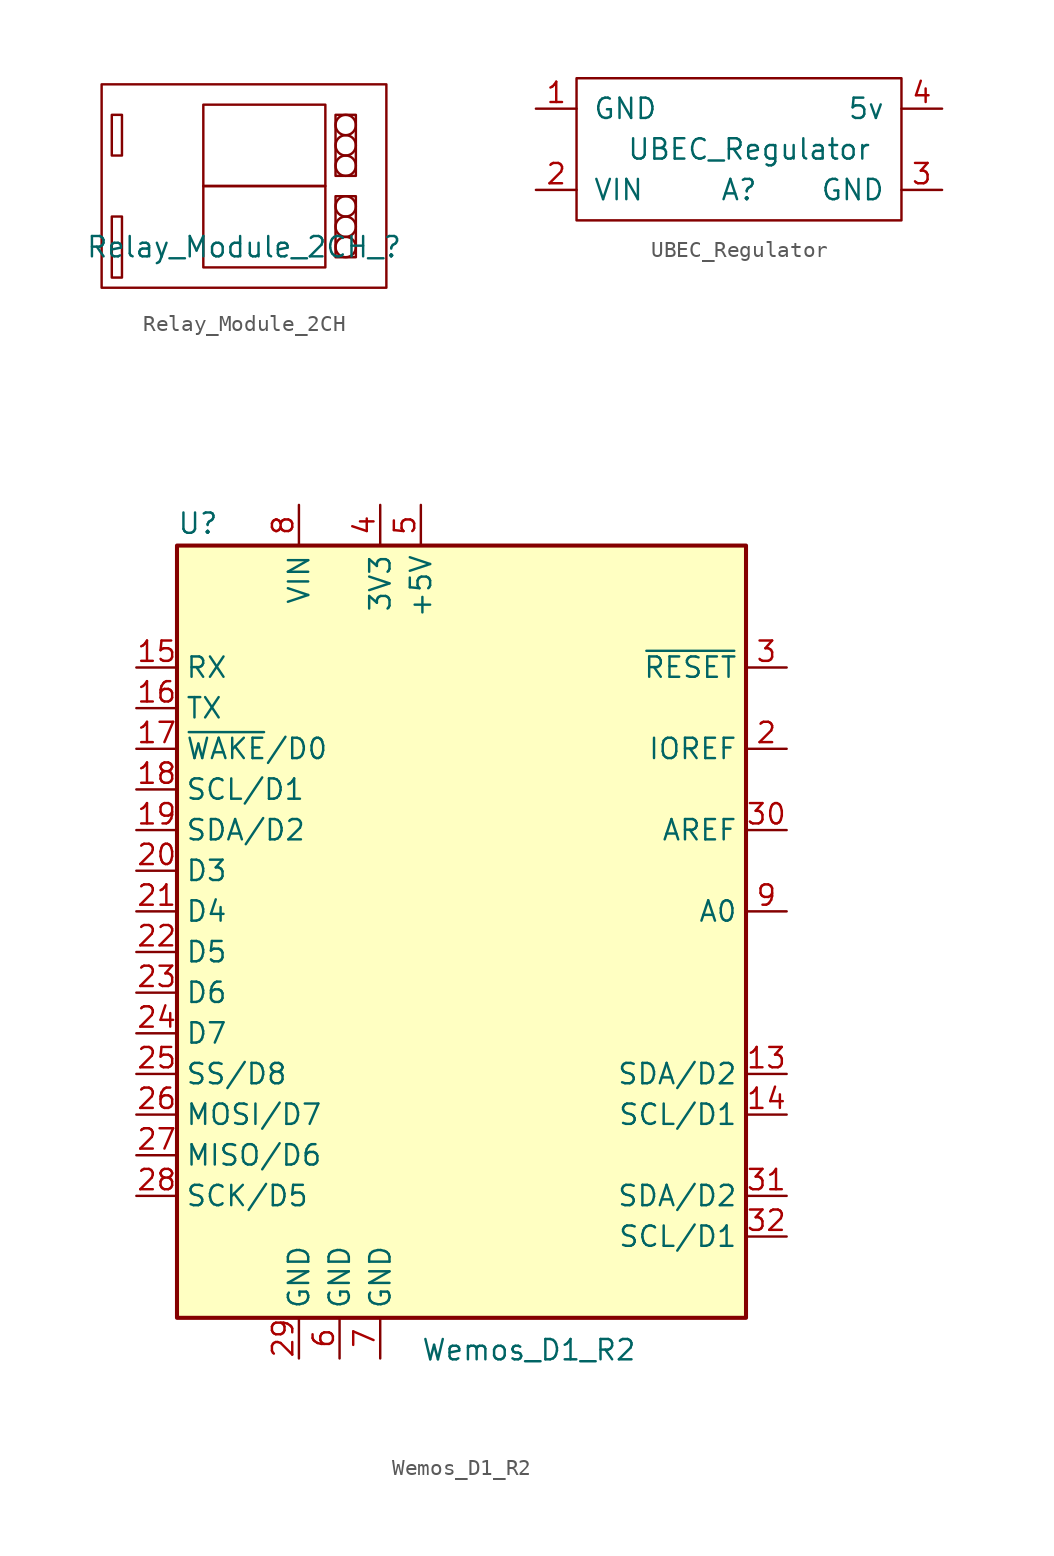
<source format=kicad_sym>
(kicad_symbol_lib
  (version 20220914)
  (generator kicad_symbol_editor)
  (symbol "Relay_Module_2CH"
    (property "Reference" "Relay_Module_2CH_"
      (at 0 -3.81 0)
      (effects (font (size 1.27 1.27))))
    (property "Value" ""
      (at 0 0 0)
      (effects (font (size 1.27 1.27))))
    (symbol "Relay_Module_2CH_0_1"
      (rectangle (start -8.89 6.35) (end 8.89 -6.35) (stroke (width 0) (type default)) (fill (type none)))
      (rectangle (start -8.255 -1.905) (end -7.62 -5.715) (stroke (width 0) (type default)) (fill (type none)))
      (rectangle (start -8.255 4.445) (end -7.62 1.905) (stroke (width 0) (type default)) (fill (type none)))
      (rectangle (start -2.54 0) (end 5.08 -5.08) (stroke (width 0) (type default)) (fill (type none)))
      (rectangle (start -2.54 5.08) (end 5.08 0) (stroke (width 0) (type default)) (fill (type none)))
      (rectangle (start 5.715 -0.635) (end 6.985 -4.445) (stroke (width 0) (type default)) (fill (type none)))
      (rectangle (start 5.715 4.445) (end 6.985 0.635) (stroke (width 0) (type default)) (fill (type none)))
      (circle (center 6.35 -3.81) (radius 0.635) (stroke (width 0) (type default)) (fill (type none)))
      (circle (center 6.35 -2.54) (radius 0.635) (stroke (width 0) (type default)) (fill (type none)))
      (circle (center 6.35 -1.27) (radius 0.635) (stroke (width 0) (type default)) (fill (type none)))
      (circle (center 6.35 1.27) (radius 0.635) (stroke (width 0) (type default)) (fill (type none)))
      (circle (center 6.35 2.54) (radius 0.635) (stroke (width 0) (type default)) (fill (type none)))
      (circle (center 6.35 3.81) (radius 0.635) (stroke (width 0) (type default)) (fill (type none)))))
  (symbol "UBEC_Regulator"
    (pin_names
      (offset 1.016))
    (property "Reference" "A"
      (at 0 -2.54 0)
      (effects (font (size 1.27 1.27))))
    (property "Value" "UBEC_Regulator"
      (at 0.635 0 0)
      (effects (font (size 1.27 1.27))))
    (symbol "UBEC_Regulator_0_1"
      (rectangle (start -10.16 4.445) (end 10.16 -4.445) (stroke (width 0) (type default)) (fill (type none))))
    (symbol "UBEC_Regulator_1_1"
      (pin power_in line (at -12.7 2.54 0) (length 2.54) (name "GND" (effects (font (size 1.27 1.27)))) (number "1" (effects (font (size 1.27 1.27)))))
      (pin power_in line (at -12.7 -2.54 0) (length 2.54) (name "VIN" (effects (font (size 1.27 1.27)))) (number "2" (effects (font (size 1.27 1.27)))))
      (pin power_out line (at 12.7 -2.54 180) (length 2.54) (name "GND" (effects (font (size 1.27 1.27)))) (number "3" (effects (font (size 1.27 1.27)))))
      (pin power_out line (at 12.7 2.54 180) (length 2.54) (name "5v" (effects (font (size 1.27 1.27)))) (number "4" (effects (font (size 1.27 1.27)))))))
  (symbol "Wemos_D1_R2"
    (property "Reference" "U"
      (at -10.16 23.495 0)
      (effects (font (size 1.27 1.27)) (justify left bottom)))
    (property "Value" "Wemos_D1_R2"
      (at 5.08 -26.67 0)
      (effects (font (size 1.27 1.27)) (justify left top)))
    (symbol "Wemos_D1_R2_0_1"
      (rectangle (start -10.16 22.86) (end 25.4 -25.4) (stroke (width 0.254) (type default)) (fill (type background))))
    (symbol "Wemos_D1_R2_1_1"
      (pin no_connect line (at -10.16 -20.32 0) (length 2.54) hide (name "NC" (effects (font (size 1.27 1.27)))) (number "1" (effects (font (size 1.27 1.27)))))
      (pin no_connect line (at 27.94 -2.54 180) (length 2.54) hide (name "A1" (effects (font (size 1.27 1.27)))) (number "10" (effects (font (size 1.27 1.27)))))
      (pin no_connect line (at 27.94 -5.08 180) (length 2.54) hide (name "A2" (effects (font (size 1.27 1.27)))) (number "11" (effects (font (size 1.27 1.27)))))
      (pin no_connect line (at 27.94 -7.62 180) (length 2.54) hide (name "A3" (effects (font (size 1.27 1.27)))) (number "12" (effects (font (size 1.27 1.27)))))
      (pin bidirectional line (at 27.94 -10.16 180) (length 2.54) (name "SDA/D2" (effects (font (size 1.27 1.27)))) (number "13" (effects (font (size 1.27 1.27)))))
      (pin bidirectional line (at 27.94 -12.7 180) (length 2.54) (name "SCL/D1" (effects (font (size 1.27 1.27)))) (number "14" (effects (font (size 1.27 1.27)))))
      (pin bidirectional line (at -12.7 15.24 0) (length 2.54) (name "RX" (effects (font (size 1.27 1.27)))) (number "15" (effects (font (size 1.27 1.27)))))
      (pin bidirectional line (at -12.7 12.7 0) (length 2.54) (name "TX" (effects (font (size 1.27 1.27)))) (number "16" (effects (font (size 1.27 1.27)))))
      (pin bidirectional line (at -12.7 10.16 0) (length 2.54) (name "~{WAKE}/D0" (effects (font (size 1.27 1.27)))) (number "17" (effects (font (size 1.27 1.27)))))
      (pin bidirectional line (at -12.7 7.62 0) (length 2.54) (name "SCL/D1" (effects (font (size 1.27 1.27)))) (number "18" (effects (font (size 1.27 1.27)))))
      (pin bidirectional line (at -12.7 5.08 0) (length 2.54) (name "SDA/D2" (effects (font (size 1.27 1.27)))) (number "19" (effects (font (size 1.27 1.27)))))
      (pin output line (at 27.94 10.16 180) (length 2.54) (name "IOREF" (effects (font (size 1.27 1.27)))) (number "2" (effects (font (size 1.27 1.27)))))
      (pin bidirectional line (at -12.7 2.54 0) (length 2.54) (name "D3" (effects (font (size 1.27 1.27)))) (number "20" (effects (font (size 1.27 1.27)))))
      (pin bidirectional line (at -12.7 0 0) (length 2.54) (name "D4" (effects (font (size 1.27 1.27)))) (number "21" (effects (font (size 1.27 1.27)))))
      (pin bidirectional line (at -12.7 -2.54 0) (length 2.54) (name "D5" (effects (font (size 1.27 1.27)))) (number "22" (effects (font (size 1.27 1.27)))))
      (pin bidirectional line (at -12.7 -5.08 0) (length 2.54) (name "D6" (effects (font (size 1.27 1.27)))) (number "23" (effects (font (size 1.27 1.27)))))
      (pin bidirectional line (at -12.7 -7.62 0) (length 2.54) (name "D7" (effects (font (size 1.27 1.27)))) (number "24" (effects (font (size 1.27 1.27)))))
      (pin bidirectional line (at -12.7 -10.16 0) (length 2.54) (name "SS/D8" (effects (font (size 1.27 1.27)))) (number "25" (effects (font (size 1.27 1.27)))))
      (pin bidirectional line (at -12.7 -12.7 0) (length 2.54) (name "MOSI/D7" (effects (font (size 1.27 1.27)))) (number "26" (effects (font (size 1.27 1.27)))))
      (pin bidirectional line (at -12.7 -15.24 0) (length 2.54) (name "MISO/D6" (effects (font (size 1.27 1.27)))) (number "27" (effects (font (size 1.27 1.27)))))
      (pin bidirectional line (at -12.7 -17.78 0) (length 2.54) (name "SCK/D5" (effects (font (size 1.27 1.27)))) (number "28" (effects (font (size 1.27 1.27)))))
      (pin power_in line (at -2.54 -27.94 90) (length 2.54) (name "GND" (effects (font (size 1.27 1.27)))) (number "29" (effects (font (size 1.27 1.27)))))
      (pin input line (at 27.94 15.24 180) (length 2.54) (name "~{RESET}" (effects (font (size 1.27 1.27)))) (number "3" (effects (font (size 1.27 1.27)))))
      (pin input line (at 27.94 5.08 180) (length 2.54) (name "AREF" (effects (font (size 1.27 1.27)))) (number "30" (effects (font (size 1.27 1.27)))))
      (pin bidirectional line (at 27.94 -17.78 180) (length 2.54) (name "SDA/D2" (effects (font (size 1.27 1.27)))) (number "31" (effects (font (size 1.27 1.27)))))
      (pin bidirectional line (at 27.94 -20.32 180) (length 2.54) (name "SCL/D1" (effects (font (size 1.27 1.27)))) (number "32" (effects (font (size 1.27 1.27)))))
      (pin power_out line (at 2.54 25.4 270) (length 2.54) (name "3V3" (effects (font (size 1.27 1.27)))) (number "4" (effects (font (size 1.27 1.27)))))
      (pin power_out line (at 5.08 25.4 270) (length 2.54) (name "+5V" (effects (font (size 1.27 1.27)))) (number "5" (effects (font (size 1.27 1.27)))))
      (pin power_in line (at 0 -27.94 90) (length 2.54) (name "GND" (effects (font (size 1.27 1.27)))) (number "6" (effects (font (size 1.27 1.27)))))
      (pin power_in line (at 2.54 -27.94 90) (length 2.54) (name "GND" (effects (font (size 1.27 1.27)))) (number "7" (effects (font (size 1.27 1.27)))))
      (pin power_in line (at -2.54 25.4 270) (length 2.54) (name "VIN" (effects (font (size 1.27 1.27)))) (number "8" (effects (font (size 1.27 1.27)))))
      (pin bidirectional line (at 27.94 0 180) (length 2.54) (name "A0" (effects (font (size 1.27 1.27)))) (number "9" (effects (font (size 1.27 1.27))))))))
</source>
